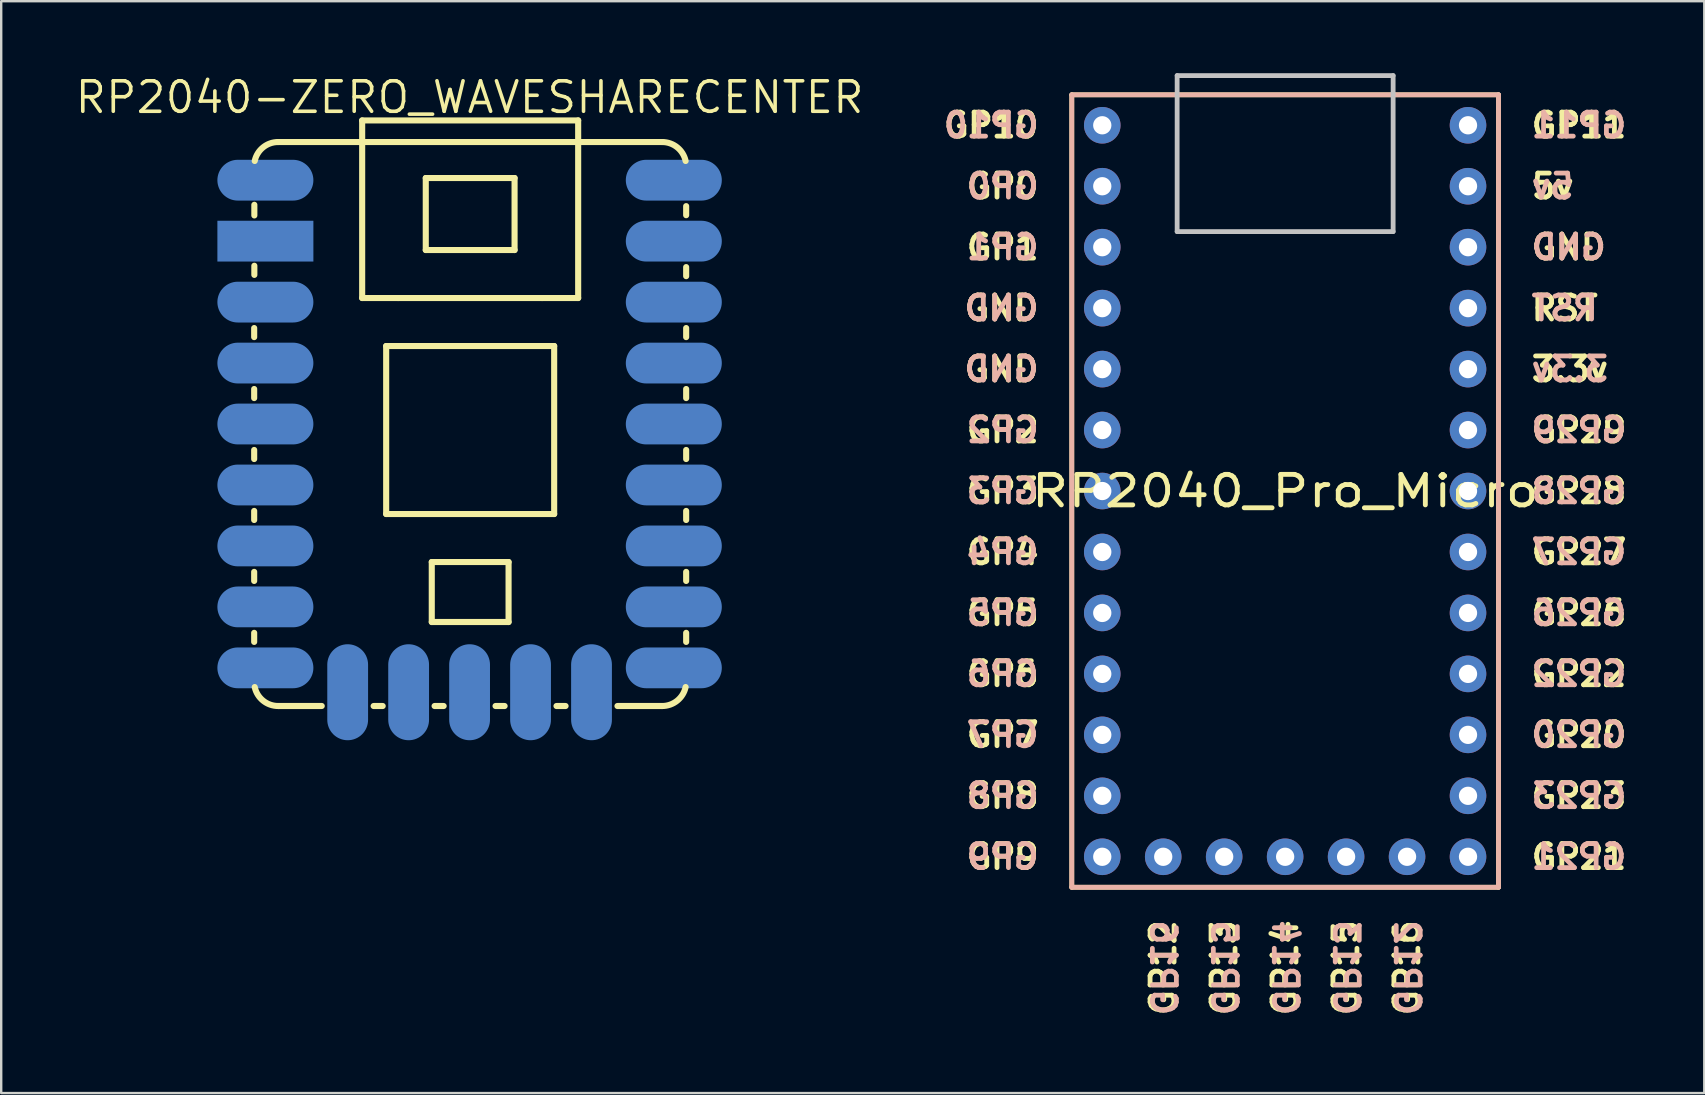
<source format=kicad_pcb>
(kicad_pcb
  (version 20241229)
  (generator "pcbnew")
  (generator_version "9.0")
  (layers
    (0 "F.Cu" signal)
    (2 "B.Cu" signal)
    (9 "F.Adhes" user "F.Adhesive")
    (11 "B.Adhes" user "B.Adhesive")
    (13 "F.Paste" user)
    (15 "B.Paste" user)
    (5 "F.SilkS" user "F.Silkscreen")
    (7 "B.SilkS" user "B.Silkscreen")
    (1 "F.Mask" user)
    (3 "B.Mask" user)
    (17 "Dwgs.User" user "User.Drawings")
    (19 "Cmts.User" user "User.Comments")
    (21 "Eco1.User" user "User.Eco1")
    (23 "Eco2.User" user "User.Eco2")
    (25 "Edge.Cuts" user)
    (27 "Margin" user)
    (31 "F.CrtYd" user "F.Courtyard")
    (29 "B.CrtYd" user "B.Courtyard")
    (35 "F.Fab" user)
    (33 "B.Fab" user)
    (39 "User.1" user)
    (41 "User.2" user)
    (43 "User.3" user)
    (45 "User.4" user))
  (footprint "RP2040_Pro_Micro"
    (layer "F.Cu")
    (at 50.499 18.68)
    (property "Reference" "RP2040_Pro_Micro" (at 0 -1.27 0) (layer "F.SilkS") (effects (font (size 1.27 1.524) (thickness 0.203))))
    (attr through_hole)
    (fp_line (start -8.89 -17.78) (end -8.89 15.24) (stroke (width 0.2) (type solid)) (layer "F.SilkS"))
    (fp_line (start -8.89 15.24) (end 8.89 15.24) (stroke (width 0.2) (type solid)) (layer "F.SilkS"))
    (fp_line (start 8.89 -17.78) (end -8.89 -17.78) (stroke (width 0.2) (type solid)) (layer "F.SilkS"))
    (fp_line (start 8.89 15.24) (end 8.89 -17.78) (stroke (width 0.2) (type solid)) (layer "F.SilkS"))
    (fp_line (start -8.89 -17.78) (end -8.89 15.24) (stroke (width 0.2) (type solid)) (layer "B.SilkS"))
    (fp_line (start -8.89 15.24) (end 8.89 15.24) (stroke (width 0.2) (type solid)) (layer "B.SilkS"))
    (fp_line (start 8.89 -17.78) (end -8.89 -17.78) (stroke (width 0.2) (type solid)) (layer "B.SilkS"))
    (fp_line (start 8.89 15.24) (end 8.89 -17.78) (stroke (width 0.2) (type solid)) (layer "B.SilkS"))
    (fp_line (start -4.5 -18.58) (end -4.5 -12.08) (stroke (width 0.2) (type default)) (layer "Dwgs.User"))
    (fp_line (start -4.5 -18.58) (end 4.5 -18.58) (stroke (width 0.2) (type default)) (layer "Dwgs.User"))
    (fp_line (start -4.5 -12.08) (end 4.5 -12.08) (stroke (width 0.2) (type default)) (layer "Dwgs.User"))
    (fp_line (start 4.5 -18.58) (end 4.5 -12.08) (stroke (width 0.2) (type default)) (layer "Dwgs.User"))
    (fp_text user "GP8" (at -10.16 11.43 0) (unlocked yes) (layer "F.SilkS") (effects (font (size 1 1) (thickness 0.2) (bold yes)) (justify right)))
    (fp_text user "GP11" (at 10.16 -16.51 0) (unlocked yes) (layer "F.SilkS") (effects (font (size 1 1) (thickness 0.2) (bold yes)) (justify left)))
    (fp_text user "GP12" (at -5.08 16.51 90) (unlocked yes) (layer "F.SilkS") (effects (font (size 1 1) (thickness 0.2) (bold yes)) (justify right)))
    (fp_text user "GND" (at -10.16 -6.35 0) (unlocked yes) (layer "F.SilkS") (effects (font (size 1 1) (thickness 0.2) (bold yes)) (justify right)))
    (fp_text user "GP22" (at 10.16 6.35 0) (unlocked yes) (layer "F.SilkS") (effects (font (size 1 1) (thickness 0.2) (bold yes)) (justify left)))
    (fp_text user "RST" (at 10.16 -8.89 0) (unlocked yes) (layer "F.SilkS") (effects (font (size 1 1) (thickness 0.2) (bold yes)) (justify left)))
    (fp_text user "GP15" (at 2.54 16.51 90) (unlocked yes) (layer "F.SilkS") (effects (font (size 1 1) (thickness 0.2) (bold yes)) (justify right)))
    (fp_text user "GP26" (at 10.16 3.81 0) (unlocked yes) (layer "F.SilkS") (effects (font (size 1 1) (thickness 0.2) (bold yes)) (justify left)))
    (fp_text user "GP21" (at 10.16 13.97 0) (unlocked yes) (layer "F.SilkS") (effects (font (size 1 1) (thickness 0.2) (bold yes)) (justify left)))
    (fp_text user "GP7" (at -10.16 8.89 0) (unlocked yes) (layer "F.SilkS") (effects (font (size 1 1) (thickness 0.2) (bold yes)) (justify right)))
    (fp_text user "GP29" (at 10.16 -3.81 0) (unlocked yes) (layer "F.SilkS") (effects (font (size 1 1) (thickness 0.2) (bold yes)) (justify left)))
    (fp_text user "GND" (at -10.16 -8.89 0) (unlocked yes) (layer "F.SilkS") (effects (font (size 1 1) (thickness 0.2) (bold yes)) (justify right)))
    (fp_text user "5v" (at 10.16 -13.97 0) (unlocked yes) (layer "F.SilkS") (effects (font (size 1 1) (thickness 0.2) (bold yes)) (justify left)))
    (fp_text user "GP20" (at 10.16 8.89 0) (unlocked yes) (layer "F.SilkS") (effects (font (size 1 1) (thickness 0.2) (bold yes)) (justify left)))
    (fp_text user "GP14" (at 0 16.51 90) (unlocked yes) (layer "F.SilkS") (effects (font (size 1 1) (thickness 0.2) (bold yes)) (justify right)))
    (fp_text user "GP3" (at -10.16 -1.27 0) (unlocked yes) (layer "F.SilkS") (effects (font (size 1 1) (thickness 0.2) (bold yes)) (justify right)))
    (fp_text user "GP27" (at 10.16 1.27 0) (unlocked yes) (layer "F.SilkS") (effects (font (size 1 1) (thickness 0.2) (bold yes)) (justify left)))
    (fp_text user "GP0" (at -10.16 -13.97 0) (unlocked yes) (layer "F.SilkS") (effects (font (size 1 1) (thickness 0.2) (bold yes)) (justify right)))
    (fp_text user "GND" (at 10.16 -11.43 0) (unlocked yes) (layer "F.SilkS") (effects (font (size 1 1) (thickness 0.2) (bold yes)) (justify left)))
    (fp_text user "GP10" (at -10.16 -16.51 0) (unlocked yes) (layer "F.SilkS") (effects (font (size 1 1) (thickness 0.2) (bold yes)) (justify right)))
    (fp_text user "GP9" (at -10.16 13.97 0) (unlocked yes) (layer "F.SilkS") (effects (font (size 1 1) (thickness 0.2) (bold yes)) (justify right)))
    (fp_text user "3.3v" (at 10.16 -6.35 0) (unlocked yes) (layer "F.SilkS") (effects (font (size 1 1) (thickness 0.2) (bold yes)) (justify left)))
    (fp_text user "GP1" (at -10.16 -11.43 0) (unlocked yes) (layer "F.SilkS") (effects (font (size 1 1) (thickness 0.2) (bold yes)) (justify right)))
    (fp_text user "GP13" (at -2.54 16.51 90) (unlocked yes) (layer "F.SilkS") (effects (font (size 1 1) (thickness 0.2) (bold yes)) (justify right)))
    (fp_text user "GP2" (at -10.16 -3.81 0) (unlocked yes) (layer "F.SilkS") (effects (font (size 1 1) (thickness 0.2) (bold yes)) (justify right)))
    (fp_text user "GP23" (at 10.16 11.43 0) (unlocked yes) (layer "F.SilkS") (effects (font (size 1 1) (thickness 0.2) (bold yes)) (justify left)))
    (fp_text user "GP6" (at -10.16 6.35 0) (unlocked yes) (layer "F.SilkS") (effects (font (size 1 1) (thickness 0.2) (bold yes)) (justify right)))
    (fp_text user "GP4" (at -10.16 1.27 0) (unlocked yes) (layer "F.SilkS") (effects (font (size 1 1) (thickness 0.2) (bold yes)) (justify right)))
    (fp_text user "GP28" (at 10.16 -1.27 0) (unlocked yes) (layer "F.SilkS") (effects (font (size 1 1) (thickness 0.2) (bold yes)) (justify left)))
    (fp_text user "GP5" (at -10.16 3.81 0) (unlocked yes) (layer "F.SilkS") (effects (font (size 1 1) (thickness 0.2) (bold yes)) (justify right)))
    (fp_text user "GP16" (at 5.08 16.51 90) (unlocked yes) (layer "F.SilkS") (effects (font (size 1 1) (thickness 0.2) (bold yes)) (justify right)))
    (fp_text user "GP4" (at -10.16 1.27 0) (unlocked yes) (layer "B.SilkS") (effects (font (size 1 1) (thickness 0.2) (bold yes)) (justify left mirror)))
    (fp_text user "5v" (at 10.16 -13.97 0) (unlocked yes) (layer "B.SilkS") (effects (font (size 1 1) (thickness 0.2) (bold yes)) (justify right mirror)))
    (fp_text user "GP13" (at 2.54 16.51 270) (unlocked yes) (layer "B.SilkS") (effects (font (size 1 1) (thickness 0.2) (bold yes)) (justify right mirror)))
    (fp_text user "GP21" (at 10.16 13.97 0) (unlocked yes) (layer "B.SilkS") (effects (font (size 1 1) (thickness 0.2) (bold yes)) (justify right mirror)))
    (fp_text user "GP8" (at -10.16 11.43 0) (unlocked yes) (layer "B.SilkS") (effects (font (size 1 1) (thickness 0.2) (bold yes)) (justify left mirror)))
    (fp_text user "GP11" (at 10.16 -16.51 0) (unlocked yes) (layer "B.SilkS") (effects (font (size 1 1) (thickness 0.2) (bold yes)) (justify right mirror)))
    (fp_text user "GND" (at 10.16 -11.43 0) (unlocked yes) (layer "B.SilkS") (effects (font (size 1 1) (thickness 0.2) (bold yes)) (justify right mirror)))
    (fp_text user "GP1" (at -10.16 -11.43 0) (unlocked yes) (layer "B.SilkS") (effects (font (size 1 1) (thickness 0.2) (bold yes)) (justify left mirror)))
    (fp_text user "GP28" (at 10.16 -1.27 0) (unlocked yes) (layer "B.SilkS") (effects (font (size 1 1) (thickness 0.2) (bold yes)) (justify right mirror)))
    (fp_text user "GP0" (at -10.16 -13.97 0) (unlocked yes) (layer "B.SilkS") (effects (font (size 1 1) (thickness 0.2) (bold yes)) (justify left mirror)))
    (fp_text user "GND" (at -10.16 -6.35 0) (unlocked yes) (layer "B.SilkS") (effects (font (size 1 1) (thickness 0.2) (bold yes)) (justify left mirror)))
    (fp_text user "RST" (at 10.16 -8.89 0) (unlocked yes) (layer "B.SilkS") (effects (font (size 1 1) (thickness 0.2) (bold yes)) (justify right mirror)))
    (fp_text user "GP12" (at 5.08 16.51 270) (unlocked yes) (layer "B.SilkS") (effects (font (size 1 1) (thickness 0.2) (bold yes)) (justify right mirror)))
    (fp_text user "GP5" (at -10.16 3.81 0) (unlocked yes) (layer "B.SilkS") (effects (font (size 1 1) (thickness 0.2) (bold yes)) (justify left mirror)))
    (fp_text user "GP7" (at -10.16 8.89 0) (unlocked yes) (layer "B.SilkS") (effects (font (size 1 1) (thickness 0.2) (bold yes)) (justify left mirror)))
    (fp_text user "GP3" (at -10.16 -1.27 0) (unlocked yes) (layer "B.SilkS") (effects (font (size 1 1) (thickness 0.2) (bold yes)) (justify left mirror)))
    (fp_text user "GP22" (at 10.16 6.35 0) (unlocked yes) (layer "B.SilkS") (effects (font (size 1 1) (thickness 0.2) (bold yes)) (justify right mirror)))
    (fp_text user "GP9" (at -10.16 13.97 0) (unlocked yes) (layer "B.SilkS") (effects (font (size 1 1) (thickness 0.2) (bold yes)) (justify left mirror)))
    (fp_text user "GP29" (at 10.16 -3.81 0) (unlocked yes) (layer "B.SilkS") (effects (font (size 1 1) (thickness 0.2) (bold yes)) (justify right mirror)))
    (fp_text user "GP26" (at 10.16 3.81 0) (unlocked yes) (layer "B.SilkS") (effects (font (size 1 1) (thickness 0.2) (bold yes)) (justify right mirror)))
    (fp_text user "GP14" (at 0 16.51 270) (unlocked yes) (layer "B.SilkS") (effects (font (size 1 1) (thickness 0.2) (bold yes)) (justify right mirror)))
    (fp_text user "3.3v" (at 10.16 -6.35 0) (unlocked yes) (layer "B.SilkS") (effects (font (size 1 1) (thickness 0.2) (bold yes)) (justify right mirror)))
    (fp_text user "GP6" (at -10.16 6.35 0) (unlocked yes) (layer "B.SilkS") (effects (font (size 1 1) (thickness 0.2) (bold yes)) (justify left mirror)))
    (fp_text user "GP23" (at 10.16 11.43 0) (unlocked yes) (layer "B.SilkS") (effects (font (size 1 1) (thickness 0.2) (bold yes)) (justify right mirror)))
    (fp_text user "GP16" (at -5.08 16.51 270) (unlocked yes) (layer "B.SilkS") (effects (font (size 1 1) (thickness 0.2) (bold yes)) (justify right mirror)))
    (fp_text user "GP27" (at 10.16 1.27 0) (unlocked yes) (layer "B.SilkS") (effects (font (size 1 1) (thickness 0.2) (bold yes)) (justify right mirror)))
    (fp_text user "GP15" (at -2.54 16.51 270) (unlocked yes) (layer "B.SilkS") (effects (font (size 1 1) (thickness 0.2) (bold yes)) (justify right mirror)))
    (fp_text user "GP10" (at -10.16 -16.51 0) (unlocked yes) (layer "B.SilkS") (effects (font (size 1 1) (thickness 0.2) (bold yes)) (justify left mirror)))
    (fp_text user "GND" (at -10.16 -8.89 0) (unlocked yes) (layer "B.SilkS") (effects (font (size 1 1) (thickness 0.2) (bold yes)) (justify left mirror)))
    (fp_text user "GP2" (at -10.16 -3.81 0) (unlocked yes) (layer "B.SilkS") (effects (font (size 1 1) (thickness 0.2) (bold yes)) (justify left mirror)))
    (fp_text user "GP20" (at 10.16 8.89 0) (unlocked yes) (layer "B.SilkS") (effects (font (size 1 1) (thickness 0.2) (bold yes)) (justify right mirror)))
    (pad "1" thru_hole circle (at -7.62 -16.51) (size 1.524 1.524) (drill 0.762) (layers "*.Cu" "*.Mask"))
    (pad "2" thru_hole circle (at -7.62 -13.97) (size 1.524 1.524) (drill 0.762) (layers "*.Cu" "*.Mask"))
    (pad "3" thru_hole circle (at -7.62 -11.43) (size 1.524 1.524) (drill 0.762) (layers "*.Cu" "*.Mask"))
    (pad "4" thru_hole circle (at -7.62 -8.89) (size 1.524 1.524) (drill 0.762) (layers "*.Cu" "*.Mask"))
    (pad "5" thru_hole circle (at -7.62 -6.35) (size 1.524 1.524) (drill 0.762) (layers "*.Cu" "*.Mask"))
    (pad "6" thru_hole circle (at -7.62 -3.81) (size 1.524 1.524) (drill 0.762) (layers "*.Cu" "*.Mask"))
    (pad "7" thru_hole circle (at -7.62 -1.27) (size 1.524 1.524) (drill 0.762) (layers "*.Cu" "*.Mask"))
    (pad "8" thru_hole circle (at -7.62 1.27) (size 1.524 1.524) (drill 0.762) (layers "*.Cu" "*.Mask"))
    (pad "9" thru_hole circle (at -7.62 3.81) (size 1.524 1.524) (drill 0.762) (layers "*.Cu" "*.Mask"))
    (pad "10" thru_hole circle (at -7.62 6.35) (size 1.524 1.524) (drill 0.762) (layers "*.Cu" "*.Mask"))
    (pad "11" thru_hole circle (at -7.62 8.89) (size 1.524 1.524) (drill 0.762) (layers "*.Cu" "*.Mask"))
    (pad "12" thru_hole circle (at -7.62 11.43) (size 1.524 1.524) (drill 0.762) (layers "*.Cu" "*.Mask"))
    (pad "13" thru_hole circle (at -7.62 13.97) (size 1.524 1.524) (drill 0.762) (layers "*.Cu" "*.Mask"))
    (pad "14" thru_hole circle (at -5.08 13.97) (size 1.524 1.524) (drill 0.762) (layers "*.Cu" "*.Mask"))
    (pad "15" thru_hole circle (at -2.54 13.97) (size 1.524 1.524) (drill 0.762) (layers "*.Cu" "*.Mask"))
    (pad "16" thru_hole circle (at 0 13.97) (size 1.524 1.524) (drill 0.762) (layers "*.Cu" "*.Mask"))
    (pad "17" thru_hole circle (at 2.54 13.97) (size 1.524 1.524) (drill 0.762) (layers "*.Cu" "*.Mask"))
    (pad "18" thru_hole circle (at 5.08 13.97) (size 1.524 1.524) (drill 0.762) (layers "*.Cu" "*.Mask"))
    (pad "19" thru_hole circle (at 7.62 13.97) (size 1.524 1.524) (drill 0.762) (layers "*.Cu" "*.Mask"))
    (pad "20" thru_hole circle (at 7.62 11.43) (size 1.524 1.524) (drill 0.762) (layers "*.Cu" "*.Mask"))
    (pad "21" thru_hole circle (at 7.62 8.89) (size 1.524 1.524) (drill 0.762) (layers "*.Cu" "*.Mask"))
    (pad "22" thru_hole circle (at 7.62 6.35) (size 1.524 1.524) (drill 0.762) (layers "*.Cu" "*.Mask"))
    (pad "23" thru_hole circle (at 7.62 3.81) (size 1.524 1.524) (drill 0.762) (layers "*.Cu" "*.Mask"))
    (pad "24" thru_hole circle (at 7.62 1.27) (size 1.524 1.524) (drill 0.762) (layers "*.Cu" "*.Mask"))
    (pad "25" thru_hole circle (at 7.62 -1.27) (size 1.524 1.524) (drill 0.762) (layers "*.Cu" "*.Mask"))
    (pad "26" thru_hole circle (at 7.62 -3.81) (size 1.524 1.524) (drill 0.762) (layers "*.Cu" "*.Mask"))
    (pad "27" thru_hole circle (at 7.62 -6.35) (size 1.524 1.524) (drill 0.762) (layers "*.Cu" "*.Mask"))
    (pad "28" thru_hole circle (at 7.62 -8.89) (size 1.524 1.524) (drill 0.762) (layers "*.Cu" "*.Mask"))
    (pad "29" thru_hole circle (at 7.62 -11.43) (size 1.524 1.524) (drill 0.762) (layers "*.Cu" "*.Mask"))
    (pad "30" thru_hole circle (at 7.62 -13.97) (size 1.524 1.524) (drill 0.762) (layers "*.Cu" "*.Mask"))
    (pad "31" thru_hole circle (at 7.62 -16.51) (size 1.524 1.524) (drill 0.762) (layers "*.Cu" "*.Mask")))
  (footprint "RP2040-ZERO_WAVESHARECENTER"
    (layer "F.Cu")
    (at 16.517 2.934)
    (property "Reference" "RP2040-ZERO_WAVESHARECENTER" (at 0 -1.928 0) (layer "F.SilkS") (effects (font (size 1.27 1.27) (thickness 0.15))))
    (fp_line (start -8.976 7.685) (end -8.976 8.063) (stroke (width 0.254) (type default)) (layer "F.SilkS"))
    (fp_line (start -8.976 10.225) (end -8.976 10.603) (stroke (width 0.254) (type default)) (layer "F.SilkS"))
    (fp_line (start -8.976 12.765) (end -8.976 13.143) (stroke (width 0.254) (type default)) (layer "F.SilkS"))
    (fp_line (start -8.976 15.305) (end -8.976 15.683) (stroke (width 0.254) (type default)) (layer "F.SilkS"))
    (fp_line (start -8.976 17.845) (end -8.976 18.223) (stroke (width 0.254) (type default)) (layer "F.SilkS"))
    (fp_line (start -8.976 20.385) (end -8.976 20.763) (stroke (width 0.254) (type default)) (layer "F.SilkS"))
    (fp_line (start -8.969 2.549) (end -8.969 2.993) (stroke (width 0.254) (type default)) (layer "F.SilkS"))
    (fp_line (start -8.969 5.089) (end -8.969 5.47) (stroke (width 0.254) (type default)) (layer "F.SilkS"))
    (fp_line (start -7.976 23.433) (end -6.161 23.433) (stroke (width 0.254) (type default)) (layer "F.SilkS"))
    (fp_line (start -4.476 -0.966) (end 4.524 -0.966) (stroke (width 0.254) (type default)) (layer "F.SilkS"))
    (fp_line (start -4.476 6.434) (end -4.476 -0.966) (stroke (width 0.254) (type default)) (layer "F.SilkS"))
    (fp_line (start -4.476 6.434) (end -2.976 6.434) (stroke (width 0.254) (type default)) (layer "F.SilkS"))
    (fp_line (start -3.999 23.434) (end -3.621 23.434) (stroke (width 0.254) (type default)) (layer "F.SilkS"))
    (fp_line (start -3.476 8.434) (end -3.476 15.434) (stroke (width 0.254) (type default)) (layer "F.SilkS"))
    (fp_line (start -3.476 15.434) (end 3.524 15.434) (stroke (width 0.254) (type default)) (layer "F.SilkS"))
    (fp_line (start -2.976 6.434) (end 3.024 6.434) (stroke (width 0.254) (type default)) (layer "F.SilkS"))
    (fp_line (start -1.826 1.434) (end -1.826 4.434) (stroke (width 0.254) (type default)) (layer "F.SilkS"))
    (fp_line (start -1.826 4.434) (end 1.874 4.434) (stroke (width 0.254) (type default)) (layer "F.SilkS"))
    (fp_line (start -1.576 17.434) (end -1.576 19.934) (stroke (width 0.254) (type default)) (layer "F.SilkS"))
    (fp_line (start -1.576 19.934) (end 1.624 19.934) (stroke (width 0.254) (type default)) (layer "F.SilkS"))
    (fp_line (start -1.459 23.434) (end -1.081 23.434) (stroke (width 0.254) (type default)) (layer "F.SilkS"))
    (fp_line (start 1.081 23.434) (end 1.459 23.434) (stroke (width 0.254) (type default)) (layer "F.SilkS"))
    (fp_line (start 1.624 17.434) (end -1.576 17.434) (stroke (width 0.254) (type default)) (layer "F.SilkS"))
    (fp_line (start 1.624 19.934) (end 1.624 17.434) (stroke (width 0.254) (type default)) (layer "F.SilkS"))
    (fp_line (start 1.874 1.434) (end -1.826 1.434) (stroke (width 0.254) (type default)) (layer "F.SilkS"))
    (fp_line (start 1.874 4.434) (end 1.874 1.434) (stroke (width 0.254) (type default)) (layer "F.SilkS"))
    (fp_line (start 3.024 6.434) (end 4.524 6.434) (stroke (width 0.254) (type default)) (layer "F.SilkS"))
    (fp_line (start 3.524 8.434) (end -3.476 8.434) (stroke (width 0.254) (type default)) (layer "F.SilkS"))
    (fp_line (start 3.524 15.434) (end 3.524 8.434) (stroke (width 0.254) (type default)) (layer "F.SilkS"))
    (fp_line (start 3.621 23.434) (end 3.999 23.434) (stroke (width 0.254) (type default)) (layer "F.SilkS"))
    (fp_line (start 4.524 6.434) (end 4.524 -0.966) (stroke (width 0.254) (type default)) (layer "F.SilkS"))
    (fp_line (start 8.024 -0.066) (end -7.976 -0.066) (stroke (width 0.254) (type default)) (layer "F.SilkS"))
    (fp_line (start 8.024 23.434) (end 6.161 23.434) (stroke (width 0.254) (type default)) (layer "F.SilkS"))
    (fp_line (start 9.024 2.983) (end 9.024 2.605) (stroke (width 0.254) (type default)) (layer "F.SilkS"))
    (fp_line (start 9.024 5.523) (end 9.024 5.145) (stroke (width 0.254) (type default)) (layer "F.SilkS"))
    (fp_line (start 9.024 8.063) (end 9.024 7.685) (stroke (width 0.254) (type default)) (layer "F.SilkS"))
    (fp_line (start 9.024 10.603) (end 9.024 10.225) (stroke (width 0.254) (type default)) (layer "F.SilkS"))
    (fp_line (start 9.024 13.143) (end 9.024 12.765) (stroke (width 0.254) (type default)) (layer "F.SilkS"))
    (fp_line (start 9.024 15.683) (end 9.024 15.305) (stroke (width 0.254) (type default)) (layer "F.SilkS"))
    (fp_line (start 9.024 18.223) (end 9.024 17.845) (stroke (width 0.254) (type default)) (layer "F.SilkS"))
    (fp_line (start 9.024 20.763) (end 9.024 20.385) (stroke (width 0.254) (type default)) (layer "F.SilkS"))
    (fp_arc (start -8.9537 0.7239) (mid -8.604489 0.156084) (end -7.976 -0.0661) (stroke (width 0.254) (type default)) (layer "F.SilkS"))
    (fp_arc (start -7.976 23.4338) (mid -8.60449 23.211618) (end -8.9537 22.6438) (stroke (width 0.254) (type default)) (layer "F.SilkS"))
    (fp_arc (start 8.0239 -0.0661) (mid 8.65239 0.156082) (end 9.0016 0.7239) (stroke (width 0.254) (type default)) (layer "F.SilkS"))
    (fp_arc (start 9.0016 22.6438) (mid 8.652389 23.211616) (end 8.0239 23.4338) (stroke (width 0.254) (type default)) (layer "F.SilkS"))
    (pad "0" smd oval (at 8.509 1.524 90) (size 1.7 4) (layers "B.Cu" "B.Mask" "B.Paste"))
    (pad "1" smd oval (at 8.509 4.064 90) (size 1.7 4) (layers "B.Cu" "B.Mask" "B.Paste"))
    (pad "2" smd oval (at 8.509 6.604 90) (size 1.7 4) (layers "B.Cu" "B.Mask" "B.Paste"))
    (pad "3" smd oval (at 8.509 9.144 90) (size 1.7 4) (layers "B.Cu" "B.Mask" "B.Paste"))
    (pad "4" smd oval (at 8.509 11.684 90) (size 1.7 4) (layers "B.Cu" "B.Mask" "B.Paste"))
    (pad "5" smd oval (at 8.509 14.224 90) (size 1.7 4) (layers "B.Cu" "B.Mask" "B.Paste"))
    (pad "6" smd oval (at 8.509 16.764 90) (size 1.7 4) (layers "B.Cu" "B.Mask" "B.Paste"))
    (pad "7" smd oval (at 8.509 19.304 90) (size 1.7 4) (layers "B.Cu" "B.Mask" "B.Paste"))
    (pad "8" smd oval (at 8.509 21.844 90) (size 1.7 4) (layers "B.Cu" "B.Mask" "B.Paste"))
    (pad "9" smd oval (at 5.08 22.86 180) (size 1.7 4) (layers "B.Cu" "B.Mask" "B.Paste"))
    (pad "10" smd oval (at 2.54 22.86 180) (size 1.7 4) (layers "B.Cu" "B.Mask" "B.Paste"))
    (pad "11" smd oval (at 0 22.86 180) (size 1.7 4) (layers "B.Cu" "B.Mask" "B.Paste"))
    (pad "12" smd oval (at -2.54 22.86 180) (size 1.7 4) (layers "B.Cu" "B.Mask" "B.Paste"))
    (pad "13" smd oval (at -5.08 22.86 180) (size 1.7 4) (layers "B.Cu" "B.Mask" "B.Paste"))
    (pad "14" smd oval (at -8.509 21.844 270) (size 1.7 4) (layers "B.Cu" "B.Mask" "B.Paste"))
    (pad "15" smd oval (at -8.509 19.304 270) (size 1.7 4) (layers "B.Cu" "B.Mask" "B.Paste"))
    (pad "16" smd oval (at -8.509 16.764 270) (size 1.7 4) (layers "B.Cu" "B.Mask" "B.Paste"))
    (pad "17" smd oval (at -8.509 14.224 270) (size 1.7 4) (layers "B.Cu" "B.Mask" "B.Paste"))
    (pad "18" smd oval (at -8.509 11.684 270) (size 1.7 4) (layers "B.Cu" "B.Mask" "B.Paste"))
    (pad "19" smd oval (at -8.509 9.144 270) (size 1.7 4) (layers "B.Cu" "B.Mask" "B.Paste"))
    (pad "20" smd oval (at -8.509 6.604 270) (size 1.7 4) (layers "B.Cu" "B.Mask" "B.Paste"))
    (pad "21" smd rect (at -8.509 4.064 270) (size 1.7 4) (layers "B.Cu" "B.Mask" "B.Paste"))
    (pad "22" smd oval (at -8.509 1.524 270) (size 1.7 4) (layers "B.Cu" "B.Mask" "B.Paste")))
  (gr_rect
    (start -3 -3)
    (end 67.964 42.495)
    (stroke (width 0.1) (type default))
    (fill no)
    (layer "Edge.Cuts")))
</source>
